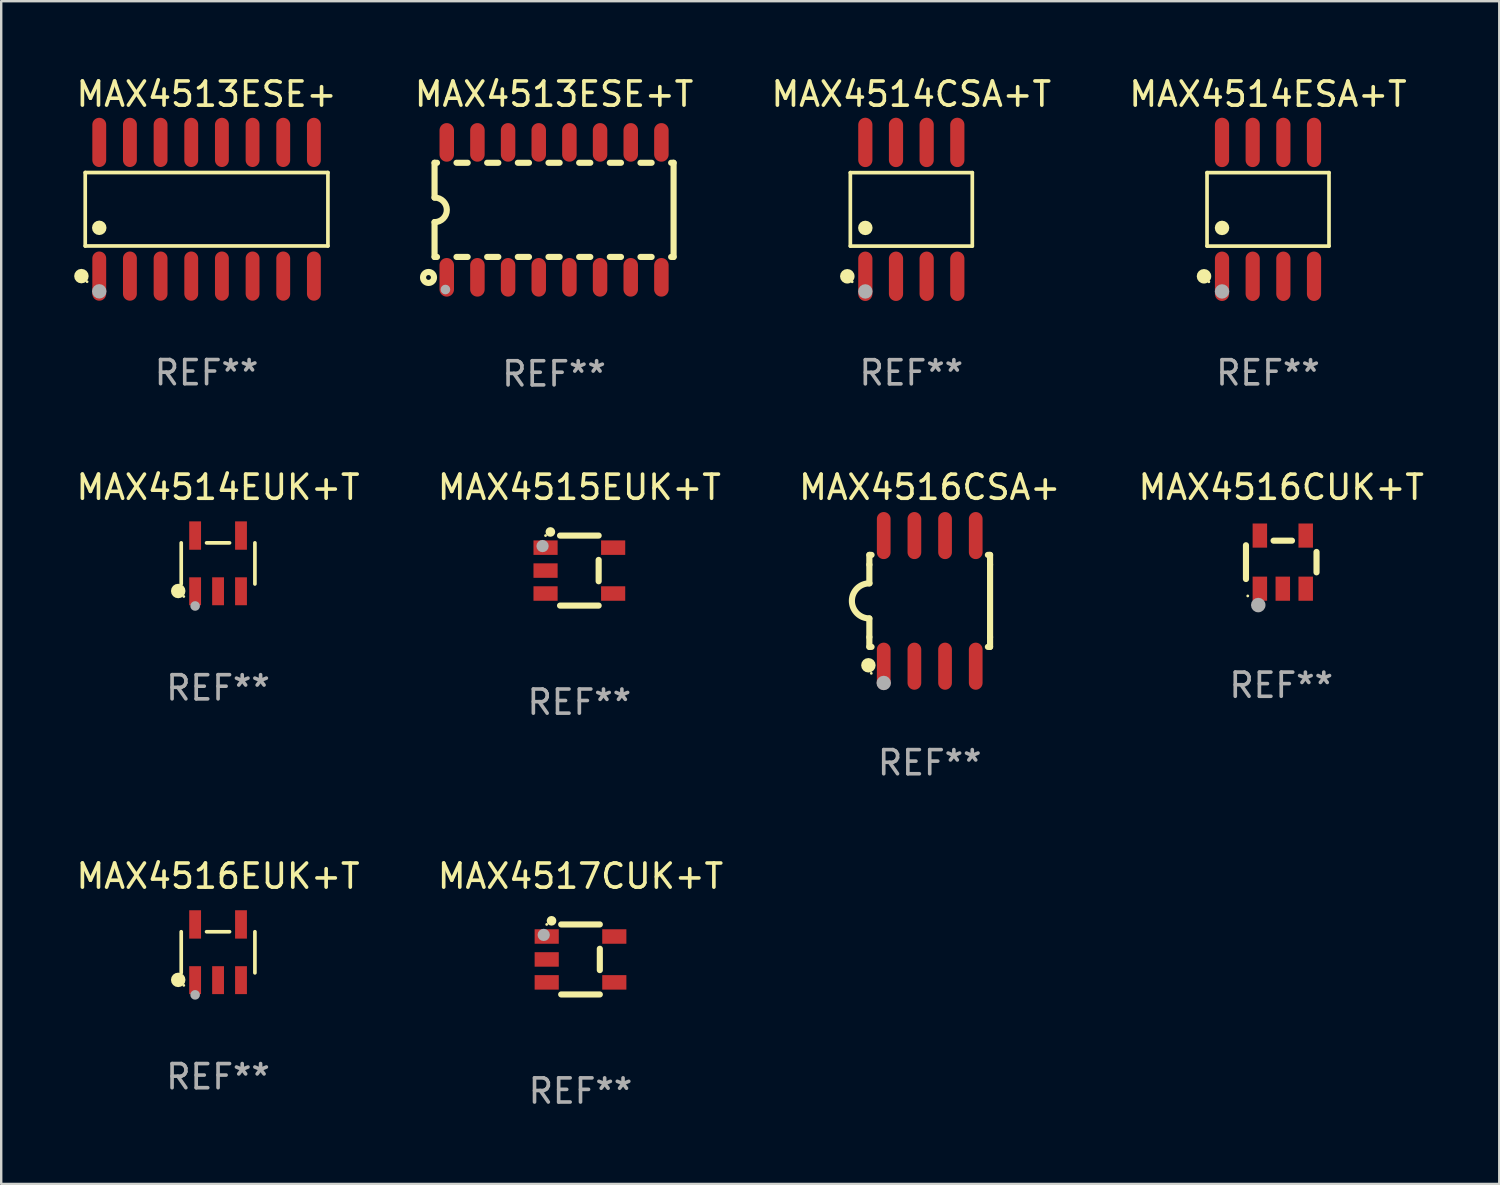
<source format=kicad_pcb>
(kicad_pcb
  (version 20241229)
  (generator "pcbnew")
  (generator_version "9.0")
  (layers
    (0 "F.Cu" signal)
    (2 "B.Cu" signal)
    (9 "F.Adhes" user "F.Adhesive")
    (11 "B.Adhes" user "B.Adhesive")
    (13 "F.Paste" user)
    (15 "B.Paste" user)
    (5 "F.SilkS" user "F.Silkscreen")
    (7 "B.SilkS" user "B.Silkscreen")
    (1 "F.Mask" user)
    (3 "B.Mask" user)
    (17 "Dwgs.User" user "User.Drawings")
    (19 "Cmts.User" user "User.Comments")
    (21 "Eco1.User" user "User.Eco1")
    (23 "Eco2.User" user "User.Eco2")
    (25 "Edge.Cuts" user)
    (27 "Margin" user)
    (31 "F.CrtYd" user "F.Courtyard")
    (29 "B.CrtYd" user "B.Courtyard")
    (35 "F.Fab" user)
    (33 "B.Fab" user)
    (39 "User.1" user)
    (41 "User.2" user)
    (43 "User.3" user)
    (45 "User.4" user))
  (footprint "MAX4514EUK+T"
    (layer "F.Cu")
    (at 5.982 20.286)
    (property "Reference" "MAX4514EUK+T" (at 0 -3.154 0) (layer "F.SilkS") (effects (font (size 1 1) (thickness 0.15))))
    (attr through_hole)
    (fp_line (start -1.526 0.851) (end -1.526 -0.851) (stroke (width 0.152) (type solid)) (layer "F.SilkS"))
    (fp_line (start 0.476 -0.851) (end -0.476 -0.851) (stroke (width 0.152) (type solid)) (layer "F.SilkS"))
    (fp_line (start 1.526 0.851) (end 1.526 -0.851) (stroke (width 0.152) (type solid)) (layer "F.SilkS"))
    (fp_circle (center -1.651 1.143) (end -1.501 1.143) (stroke (width 0.3) (type solid)) (fill no) (layer "F.SilkS"))
    (fp_circle (center -1.42 1.37) (end -1.39 1.37) (stroke (width 0.06) (type solid)) (fill no) (layer "F.SilkS"))
    (fp_circle (center -0.95 1.763) (end -0.85 1.763) (stroke (width 0.2) (type solid)) (fill no) (layer "F.Fab"))
    (fp_text user "REF**" (at 0 5.154 0) (layer "F.Fab") (effects (font (size 1 1) (thickness 0.15))))
    (pad "1" smd rect (at -0.95 1.154) (size 0.49 1.157) (layers "F.Cu" "F.Mask" "F.Paste"))
    (pad "2" smd rect (at 0 1.154) (size 0.49 1.157) (layers "F.Cu" "F.Mask" "F.Paste"))
    (pad "3" smd rect (at 0.95 1.154) (size 0.49 1.157) (layers "F.Cu" "F.Mask" "F.Paste"))
    (pad "4" smd rect (at 0.95 -1.154) (size 0.49 1.175) (layers "F.Cu" "F.Mask" "F.Paste"))
    (pad "5" smd rect (at -0.95 -1.154) (size 0.49 1.175) (layers "F.Cu" "F.Mask" "F.Paste")))
  (footprint "MAX4517CUK+T"
    (layer "F.Cu")
    (at 20.994 36.689)
    (property "Reference" "MAX4517CUK+T" (at 0 -3.45 0) (layer "F.SilkS") (effects (font (size 1 1) (thickness 0.15))))
    (attr through_hole)
    (fp_line (start 0.8 -1.45) (end -0.8 -1.45) (stroke (width 0.254) (type solid)) (layer "F.SilkS"))
    (fp_line (start 0.8 -0.442) (end 0.8 0.442) (stroke (width 0.254) (type solid)) (layer "F.SilkS"))
    (fp_line (start 0.8 1.45) (end -0.8 1.45) (stroke (width 0.254) (type solid)) (layer "F.SilkS"))
    (fp_circle (center -1.4 -1.45) (end -1.37 -1.45) (stroke (width 0.06) (type solid)) (fill no) (layer "F.SilkS"))
    (fp_circle (center -1.2 -1.6) (end -1.1 -1.6) (stroke (width 0.2) (type solid)) (fill no) (layer "F.SilkS"))
    (fp_circle (center -1.524 -1.016) (end -1.397 -1.016) (stroke (width 0.254) (type solid)) (fill no) (layer "F.Fab"))
    (fp_text user "REF**" (at 0 5.45 0) (layer "F.Fab") (effects (font (size 1 1) (thickness 0.15))))
    (pad "1" smd rect (at -1.4 -0.95 180) (size 1 0.6) (layers "F.Cu" "F.Mask" "F.Paste"))
    (pad "2" smd rect (at -1.4 0.000114 180) (size 1 0.6) (layers "F.Cu" "F.Mask" "F.Paste"))
    (pad "3" smd rect (at -1.4 0.95 180) (size 1 0.6) (layers "F.Cu" "F.Mask" "F.Paste"))
    (pad "4" smd rect (at 1.4 0.95) (size 1 0.6) (layers "F.Cu" "F.Mask" "F.Paste"))
    (pad "5" smd rect (at 1.4 -0.95) (size 1 0.6) (layers "F.Cu" "F.Mask" "F.Paste")))
  (footprint "MAX4513ESE+"
    (layer "F.Cu")
    (at 5.506 5.617)
    (property "Reference" "MAX4513ESE+" (at 0 -4.769 0) (layer "F.SilkS") (effects (font (size 1 1) (thickness 0.15))))
    (attr through_hole)
    (fp_line (start -5.026 -1.521) (end 5.026 -1.521) (stroke (width 0.152) (type solid)) (layer "F.SilkS"))
    (fp_line (start -5.026 1.521) (end -5.026 -1.521) (stroke (width 0.152) (type solid)) (layer "F.SilkS"))
    (fp_line (start 5.026 -1.521) (end 5.026 1.521) (stroke (width 0.152) (type solid)) (layer "F.SilkS"))
    (fp_line (start 5.026 1.521) (end -5.026 1.521) (stroke (width 0.152) (type solid)) (layer "F.SilkS"))
    (fp_circle (center -5.184 2.769) (end -5.034 2.769) (stroke (width 0.3) (type solid)) (fill no) (layer "F.SilkS"))
    (fp_circle (center -4.95 3) (end -4.92 3) (stroke (width 0.06) (type solid)) (fill no) (layer "F.SilkS"))
    (fp_circle (center -4.445 0.769) (end -4.295 0.769) (stroke (width 0.3) (type solid)) (fill no) (layer "F.SilkS"))
    (fp_circle (center -4.445 3.4) (end -4.295 3.4) (stroke (width 0.3) (type solid)) (fill no) (layer "F.Fab"))
    (fp_text user "REF**" (at 0 6.769 0) (layer "F.Fab") (effects (font (size 1 1) (thickness 0.15))))
    (pad "1" smd oval (at -4.445 2.769) (size 0.574 2.038) (layers "F.Cu" "F.Mask" "F.Paste"))
    (pad "2" smd oval (at -3.175 2.769) (size 0.574 2.038) (layers "F.Cu" "F.Mask" "F.Paste"))
    (pad "3" smd oval (at -1.905 2.769) (size 0.574 2.038) (layers "F.Cu" "F.Mask" "F.Paste"))
    (pad "4" smd oval (at -0.635 2.769) (size 0.574 2.038) (layers "F.Cu" "F.Mask" "F.Paste"))
    (pad "5" smd oval (at 0.635 2.769) (size 0.574 2.038) (layers "F.Cu" "F.Mask" "F.Paste"))
    (pad "6" smd oval (at 1.905 2.769) (size 0.574 2.038) (layers "F.Cu" "F.Mask" "F.Paste"))
    (pad "7" smd oval (at 3.175 2.769) (size 0.574 2.038) (layers "F.Cu" "F.Mask" "F.Paste"))
    (pad "8" smd oval (at 4.445 2.769) (size 0.574 2.038) (layers "F.Cu" "F.Mask" "F.Paste"))
    (pad "9" smd oval (at 4.445 -2.769) (size 0.574 2.038) (layers "F.Cu" "F.Mask" "F.Paste"))
    (pad "10" smd oval (at 3.175 -2.769) (size 0.574 2.038) (layers "F.Cu" "F.Mask" "F.Paste"))
    (pad "11" smd oval (at 1.905 -2.769) (size 0.574 2.038) (layers "F.Cu" "F.Mask" "F.Paste"))
    (pad "12" smd oval (at 0.635 -2.769) (size 0.574 2.038) (layers "F.Cu" "F.Mask" "F.Paste"))
    (pad "13" smd oval (at -0.635 -2.769) (size 0.574 2.038) (layers "F.Cu" "F.Mask" "F.Paste"))
    (pad "14" smd oval (at -1.905 -2.769) (size 0.574 2.038) (layers "F.Cu" "F.Mask" "F.Paste"))
    (pad "15" smd oval (at -3.175 -2.769) (size 0.574 2.038) (layers "F.Cu" "F.Mask" "F.Paste"))
    (pad "16" smd oval (at -4.445 -2.769) (size 0.574 2.038) (layers "F.Cu" "F.Mask" "F.Paste")))
  (footprint "MAX4515EUK+T"
    (layer "F.Cu")
    (at 20.946 20.583)
    (property "Reference" "MAX4515EUK+T" (at 0 -3.45 0) (layer "F.SilkS") (effects (font (size 1 1) (thickness 0.15))))
    (attr through_hole)
    (fp_line (start 0.8 -1.45) (end -0.8 -1.45) (stroke (width 0.254) (type solid)) (layer "F.SilkS"))
    (fp_line (start 0.8 -0.442) (end 0.8 0.442) (stroke (width 0.254) (type solid)) (layer "F.SilkS"))
    (fp_line (start 0.8 1.45) (end -0.8 1.45) (stroke (width 0.254) (type solid)) (layer "F.SilkS"))
    (fp_circle (center -1.4 -1.45) (end -1.37 -1.45) (stroke (width 0.06) (type solid)) (fill no) (layer "F.SilkS"))
    (fp_circle (center -1.2 -1.6) (end -1.1 -1.6) (stroke (width 0.2) (type solid)) (fill no) (layer "F.SilkS"))
    (fp_circle (center -1.524 -1.016) (end -1.397 -1.016) (stroke (width 0.254) (type solid)) (fill no) (layer "F.Fab"))
    (fp_text user "REF**" (at 0 5.45 0) (layer "F.Fab") (effects (font (size 1 1) (thickness 0.15))))
    (pad "1" smd rect (at -1.4 -0.95 180) (size 1 0.6) (layers "F.Cu" "F.Mask" "F.Paste"))
    (pad "2" smd rect (at -1.4 0.000114 180) (size 1 0.6) (layers "F.Cu" "F.Mask" "F.Paste"))
    (pad "3" smd rect (at -1.4 0.95 180) (size 1 0.6) (layers "F.Cu" "F.Mask" "F.Paste"))
    (pad "4" smd rect (at 1.4 0.95) (size 1 0.6) (layers "F.Cu" "F.Mask" "F.Paste"))
    (pad "5" smd rect (at 1.4 -0.95) (size 1 0.6) (layers "F.Cu" "F.Mask" "F.Paste")))
  (footprint "MAX4514CSA+T"
    (layer "F.Cu")
    (at 34.696 5.621)
    (property "Reference" "MAX4514CSA+T" (at 0 -4.772 0) (layer "F.SilkS") (effects (font (size 1 1) (thickness 0.15))))
    (attr through_hole)
    (fp_line (start -2.526 -1.521) (end 2.526 -1.521) (stroke (width 0.152) (type solid)) (layer "F.SilkS"))
    (fp_line (start -2.526 1.521) (end -2.526 -1.521) (stroke (width 0.152) (type solid)) (layer "F.SilkS"))
    (fp_line (start 2.526 -1.521) (end 2.526 1.521) (stroke (width 0.152) (type solid)) (layer "F.SilkS"))
    (fp_line (start 2.526 1.521) (end -2.526 1.521) (stroke (width 0.152) (type solid)) (layer "F.SilkS"))
    (fp_circle (center -2.652 2.772) (end -2.501 2.772) (stroke (width 0.3) (type solid)) (fill no) (layer "F.SilkS"))
    (fp_circle (center -2.45 3) (end -2.42 3) (stroke (width 0.06) (type solid)) (fill no) (layer "F.SilkS"))
    (fp_circle (center -1.905 0.769) (end -1.755 0.769) (stroke (width 0.3) (type solid)) (fill no) (layer "F.SilkS"))
    (fp_circle (center -1.905 3.4) (end -1.755 3.4) (stroke (width 0.3) (type solid)) (fill no) (layer "F.Fab"))
    (fp_text user "REF**" (at 0 6.772 0) (layer "F.Fab") (effects (font (size 1 1) (thickness 0.15))))
    (pad "1" smd oval (at -1.905 2.772) (size 0.588 2.045) (layers "F.Cu" "F.Mask" "F.Paste"))
    (pad "2" smd oval (at -0.635 2.772) (size 0.588 2.045) (layers "F.Cu" "F.Mask" "F.Paste"))
    (pad "3" smd oval (at 0.635 2.772) (size 0.588 2.045) (layers "F.Cu" "F.Mask" "F.Paste"))
    (pad "4" smd oval (at 1.905 2.772) (size 0.588 2.045) (layers "F.Cu" "F.Mask" "F.Paste"))
    (pad "5" smd oval (at 1.905 -2.772) (size 0.588 2.045) (layers "F.Cu" "F.Mask" "F.Paste"))
    (pad "6" smd oval (at 0.635 -2.772) (size 0.588 2.045) (layers "F.Cu" "F.Mask" "F.Paste"))
    (pad "7" smd oval (at -0.635 -2.772) (size 0.588 2.045) (layers "F.Cu" "F.Mask" "F.Paste"))
    (pad "8" smd oval (at -1.905 -2.772) (size 0.588 2.045) (layers "F.Cu" "F.Mask" "F.Paste")))
  (footprint "MAX4514ESA+T"
    (layer "F.Cu")
    (at 49.47 5.621)
    (property "Reference" "MAX4514ESA+T" (at 0 -4.772 0) (layer "F.SilkS") (effects (font (size 1 1) (thickness 0.15))))
    (attr through_hole)
    (fp_line (start -2.526 -1.521) (end 2.526 -1.521) (stroke (width 0.152) (type solid)) (layer "F.SilkS"))
    (fp_line (start -2.526 1.521) (end -2.526 -1.521) (stroke (width 0.152) (type solid)) (layer "F.SilkS"))
    (fp_line (start 2.526 -1.521) (end 2.526 1.521) (stroke (width 0.152) (type solid)) (layer "F.SilkS"))
    (fp_line (start 2.526 1.521) (end -2.526 1.521) (stroke (width 0.152) (type solid)) (layer "F.SilkS"))
    (fp_circle (center -2.652 2.772) (end -2.501 2.772) (stroke (width 0.3) (type solid)) (fill no) (layer "F.SilkS"))
    (fp_circle (center -2.45 3) (end -2.42 3) (stroke (width 0.06) (type solid)) (fill no) (layer "F.SilkS"))
    (fp_circle (center -1.905 0.769) (end -1.755 0.769) (stroke (width 0.3) (type solid)) (fill no) (layer "F.SilkS"))
    (fp_circle (center -1.905 3.4) (end -1.755 3.4) (stroke (width 0.3) (type solid)) (fill no) (layer "F.Fab"))
    (fp_text user "REF**" (at 0 6.772 0) (layer "F.Fab") (effects (font (size 1 1) (thickness 0.15))))
    (pad "1" smd oval (at -1.905 2.772) (size 0.588 2.045) (layers "F.Cu" "F.Mask" "F.Paste"))
    (pad "2" smd oval (at -0.635 2.772) (size 0.588 2.045) (layers "F.Cu" "F.Mask" "F.Paste"))
    (pad "3" smd oval (at 0.635 2.772) (size 0.588 2.045) (layers "F.Cu" "F.Mask" "F.Paste"))
    (pad "4" smd oval (at 1.905 2.772) (size 0.588 2.045) (layers "F.Cu" "F.Mask" "F.Paste"))
    (pad "5" smd oval (at 1.905 -2.772) (size 0.588 2.045) (layers "F.Cu" "F.Mask" "F.Paste"))
    (pad "6" smd oval (at 0.635 -2.772) (size 0.588 2.045) (layers "F.Cu" "F.Mask" "F.Paste"))
    (pad "7" smd oval (at -0.635 -2.772) (size 0.588 2.045) (layers "F.Cu" "F.Mask" "F.Paste"))
    (pad "8" smd oval (at -1.905 -2.772) (size 0.588 2.045) (layers "F.Cu" "F.Mask" "F.Paste")))
  (footprint "MAX4516CUK+T"
    (layer "F.Cu")
    (at 50.018 20.233)
    (property "Reference" "MAX4516CUK+T" (at 0 -3.1 0) (layer "F.SilkS") (effects (font (size 1 1) (thickness 0.15))))
    (attr through_hole)
    (fp_line (start -1.461 -0.699) (end -1.461 0.699) (stroke (width 0.254) (type solid)) (layer "F.SilkS"))
    (fp_line (start -0.318 -0.889) (end 0.445 -0.889) (stroke (width 0.254) (type solid)) (layer "F.SilkS"))
    (fp_line (start 1.461 -0.422) (end 1.461 0.422) (stroke (width 0.254) (type solid)) (layer "F.SilkS"))
    (fp_circle (center -1.387 1.4) (end -1.357 1.4) (stroke (width 0.06) (type solid)) (fill no) (layer "F.SilkS"))
    (fp_circle (center -0.953 1.778) (end -0.802 1.778) (stroke (width 0.3) (type solid)) (fill no) (layer "F.Fab"))
    (fp_text user "REF**" (at 0 5.1 0) (layer "F.Fab") (effects (font (size 1 1) (thickness 0.15))))
    (pad "1" smd rect (at -0.886 1.1) (size 0.6 1) (layers "F.Cu" "F.Mask" "F.Paste"))
    (pad "2" smd rect (at 0.064 1.1) (size 0.6 1) (layers "F.Cu" "F.Mask" "F.Paste"))
    (pad "3" smd rect (at 1.013 1.1) (size 0.6 1) (layers "F.Cu" "F.Mask" "F.Paste"))
    (pad "4" smd rect (at 1.013 -1.1) (size 0.6 1) (layers "F.Cu" "F.Mask" "F.Paste"))
    (pad "5" smd rect (at -0.886 -1.1) (size 0.6 1) (layers "F.Cu" "F.Mask" "F.Paste")))
  (footprint "MAX4516EUK+T"
    (layer "F.Cu")
    (at 5.982 36.393)
    (property "Reference" "MAX4516EUK+T" (at 0 -3.154 0) (layer "F.SilkS") (effects (font (size 1 1) (thickness 0.15))))
    (attr through_hole)
    (fp_line (start -1.526 0.851) (end -1.526 -0.851) (stroke (width 0.152) (type solid)) (layer "F.SilkS"))
    (fp_line (start 0.476 -0.851) (end -0.476 -0.851) (stroke (width 0.152) (type solid)) (layer "F.SilkS"))
    (fp_line (start 1.526 0.851) (end 1.526 -0.851) (stroke (width 0.152) (type solid)) (layer "F.SilkS"))
    (fp_circle (center -1.651 1.143) (end -1.501 1.143) (stroke (width 0.3) (type solid)) (fill no) (layer "F.SilkS"))
    (fp_circle (center -1.42 1.37) (end -1.39 1.37) (stroke (width 0.06) (type solid)) (fill no) (layer "F.SilkS"))
    (fp_circle (center -0.95 1.763) (end -0.85 1.763) (stroke (width 0.2) (type solid)) (fill no) (layer "F.Fab"))
    (fp_text user "REF**" (at 0 5.154 0) (layer "F.Fab") (effects (font (size 1 1) (thickness 0.15))))
    (pad "1" smd rect (at -0.95 1.154) (size 0.49 1.157) (layers "F.Cu" "F.Mask" "F.Paste"))
    (pad "2" smd rect (at 0 1.154) (size 0.49 1.157) (layers "F.Cu" "F.Mask" "F.Paste"))
    (pad "3" smd rect (at 0.95 1.154) (size 0.49 1.157) (layers "F.Cu" "F.Mask" "F.Paste"))
    (pad "4" smd rect (at 0.95 -1.154) (size 0.49 1.175) (layers "F.Cu" "F.Mask" "F.Paste"))
    (pad "5" smd rect (at -0.95 -1.154) (size 0.49 1.175) (layers "F.Cu" "F.Mask" "F.Paste")))
  (footprint "MAX4516CSA+"
    (layer "F.Cu")
    (at 35.458 21.838)
    (property "Reference" "MAX4516CSA+" (at 0 -4.705 0) (layer "F.SilkS") (effects (font (size 1 1) (thickness 0.15))))
    (attr through_hole)
    (fp_line (start -2.5 -1.905) (end -2.409 -1.905) (stroke (width 0.254) (type solid)) (layer "F.SilkS"))
    (fp_line (start -2.5 -1.5) (end -2.5 -1.905) (stroke (width 0.254) (type solid)) (layer "F.SilkS"))
    (fp_line (start -2.5 -1.5) (end -2.5 -0.726) (stroke (width 0.254) (type solid)) (layer "F.SilkS"))
    (fp_line (start -2.5 1.5) (end -2.5 0.727) (stroke (width 0.254) (type solid)) (layer "F.SilkS"))
    (fp_line (start -2.5 1.5) (end -2.5 1.905) (stroke (width 0.254) (type solid)) (layer "F.SilkS"))
    (fp_line (start -2.5 1.905) (end -2.409 1.905) (stroke (width 0.254) (type solid)) (layer "F.SilkS"))
    (fp_line (start 2.5 -1.905) (end 2.409 -1.905) (stroke (width 0.254) (type solid)) (layer "F.SilkS"))
    (fp_line (start 2.5 -1.5) (end 2.5 -1.905) (stroke (width 0.254) (type solid)) (layer "F.SilkS"))
    (fp_line (start 2.5 -1.5) (end 2.5 1.5) (stroke (width 0.254) (type solid)) (layer "F.SilkS"))
    (fp_line (start 2.5 1.5) (end 2.5 1.905) (stroke (width 0.254) (type solid)) (layer "F.SilkS"))
    (fp_line (start 2.5 1.905) (end 2.409 1.905) (stroke (width 0.254) (type solid)) (layer "F.SilkS"))
    (fp_arc (start -2.5 0.726568) (mid -3.220316 -0.0023) (end -2.495097 -0.726289) (stroke (width 0.254001) (type solid)) (layer "F.SilkS"))
    (fp_circle (center -2.54 2.667) (end -2.39 2.667) (stroke (width 0.3) (type solid)) (fill no) (layer "F.SilkS"))
    (fp_circle (center -2.42 3) (end -2.39 3) (stroke (width 0.06) (type solid)) (fill no) (layer "F.SilkS"))
    (fp_circle (center -1.905 3.4) (end -1.755 3.4) (stroke (width 0.3) (type solid)) (fill no) (layer "F.Fab"))
    (fp_text user "REF**" (at 0 6.705 0) (layer "F.Fab") (effects (font (size 1 1) (thickness 0.15))))
    (pad "1" smd oval (at -1.905 2.705) (size 0.568 1.95) (layers "F.Cu" "F.Mask" "F.Paste"))
    (pad "2" smd oval (at -0.635 2.705) (size 0.568 1.95) (layers "F.Cu" "F.Mask" "F.Paste"))
    (pad "3" smd oval (at 0.635 2.705) (size 0.568 1.95) (layers "F.Cu" "F.Mask" "F.Paste"))
    (pad "4" smd oval (at 1.905 2.705) (size 0.568 1.95) (layers "F.Cu" "F.Mask" "F.Paste"))
    (pad "5" smd oval (at 1.905 -2.705) (size 0.568 1.95) (layers "F.Cu" "F.Mask" "F.Paste"))
    (pad "6" smd oval (at 0.635 -2.705) (size 0.568 1.95) (layers "F.Cu" "F.Mask" "F.Paste"))
    (pad "7" smd oval (at -0.635 -2.705) (size 0.568 1.95) (layers "F.Cu" "F.Mask" "F.Paste"))
    (pad "8" smd oval (at -1.905 -2.705) (size 0.568 1.95) (layers "F.Cu" "F.Mask" "F.Paste")))
  (footprint "MAX4513ESE+T"
    (layer "F.Cu")
    (at 19.899 5.642)
    (property "Reference" "MAX4513ESE+T" (at 0 -4.794 0) (layer "F.SilkS") (effects (font (size 1 1) (thickness 0.15))))
    (attr through_hole)
    (fp_line (start -4.95 -1.95) (end -4.95 -0.508) (stroke (width 0.254) (type solid)) (layer "F.SilkS"))
    (fp_line (start -4.95 -1.95) (end -4.849 -1.95) (stroke (width 0.254) (type solid)) (layer "F.SilkS"))
    (fp_line (start -4.95 1.95) (end -4.95 0.508) (stroke (width 0.254) (type solid)) (layer "F.SilkS"))
    (fp_line (start -4.95 1.95) (end -4.849 1.95) (stroke (width 0.254) (type solid)) (layer "F.SilkS"))
    (fp_line (start -4.041 -1.95) (end -3.579 -1.95) (stroke (width 0.254) (type solid)) (layer "F.SilkS"))
    (fp_line (start -4.041 1.95) (end -3.579 1.95) (stroke (width 0.254) (type solid)) (layer "F.SilkS"))
    (fp_line (start -2.771 -1.95) (end -2.309 -1.95) (stroke (width 0.254) (type solid)) (layer "F.SilkS"))
    (fp_line (start -2.771 1.95) (end -2.309 1.95) (stroke (width 0.254) (type solid)) (layer "F.SilkS"))
    (fp_line (start -1.501 -1.95) (end -1.039 -1.95) (stroke (width 0.254) (type solid)) (layer "F.SilkS"))
    (fp_line (start -1.501 1.95) (end -1.039 1.95) (stroke (width 0.254) (type solid)) (layer "F.SilkS"))
    (fp_line (start -0.231 -1.95) (end 0.231 -1.95) (stroke (width 0.254) (type solid)) (layer "F.SilkS"))
    (fp_line (start -0.231 1.95) (end 0.231 1.95) (stroke (width 0.254) (type solid)) (layer "F.SilkS"))
    (fp_line (start 1.039 -1.95) (end 1.501 -1.95) (stroke (width 0.254) (type solid)) (layer "F.SilkS"))
    (fp_line (start 1.039 1.95) (end 1.501 1.95) (stroke (width 0.254) (type solid)) (layer "F.SilkS"))
    (fp_line (start 2.309 -1.95) (end 2.771 -1.95) (stroke (width 0.254) (type solid)) (layer "F.SilkS"))
    (fp_line (start 2.309 1.95) (end 2.771 1.95) (stroke (width 0.254) (type solid)) (layer "F.SilkS"))
    (fp_line (start 3.579 -1.95) (end 4.041 -1.95) (stroke (width 0.254) (type solid)) (layer "F.SilkS"))
    (fp_line (start 3.579 1.95) (end 4.041 1.95) (stroke (width 0.254) (type solid)) (layer "F.SilkS"))
    (fp_line (start 4.849 -1.95) (end 4.95 -1.95) (stroke (width 0.254) (type solid)) (layer "F.SilkS"))
    (fp_line (start 4.849 1.95) (end 4.95 1.95) (stroke (width 0.254) (type solid)) (layer "F.SilkS"))
    (fp_line (start 4.95 -1.95) (end 4.95 1.95) (stroke (width 0.254) (type solid)) (layer "F.SilkS"))
    (fp_arc (start -4.95047 -0.508001) (mid -4.442469 -0.000228) (end -4.950013 0.508001) (stroke (width 0.254001) (type solid)) (layer "F.SilkS"))
    (fp_circle (center -5.2 2.8) (end -5.1 2.8) (stroke (width 0.254) (type solid)) (fill no) (layer "F.SilkS"))
    (fp_circle (center -4.95 2.947) (end -4.92 2.947) (stroke (width 0.06) (type solid)) (fill no) (layer "F.SilkS"))
    (fp_circle (center -4.5 3.3) (end -4.4 3.3) (stroke (width 0.2) (type solid)) (fill no) (layer "F.Fab"))
    (fp_text user "REF**" (at 0 6.794 0) (layer "F.Fab") (effects (font (size 1 1) (thickness 0.15))))
    (pad "1" smd oval (at -4.445 2.794) (size 0.6 1.6) (layers "F.Cu" "F.Mask" "F.Paste"))
    (pad "2" smd oval (at -3.175 2.794) (size 0.6 1.6) (layers "F.Cu" "F.Mask" "F.Paste"))
    (pad "3" smd oval (at -1.905 2.794) (size 0.6 1.6) (layers "F.Cu" "F.Mask" "F.Paste"))
    (pad "4" smd oval (at -0.635 2.794) (size 0.6 1.6) (layers "F.Cu" "F.Mask" "F.Paste"))
    (pad "5" smd oval (at 0.635 2.794) (size 0.6 1.6) (layers "F.Cu" "F.Mask" "F.Paste"))
    (pad "6" smd oval (at 1.905 2.794) (size 0.6 1.6) (layers "F.Cu" "F.Mask" "F.Paste"))
    (pad "7" smd oval (at 3.175 2.794) (size 0.6 1.6) (layers "F.Cu" "F.Mask" "F.Paste"))
    (pad "8" smd oval (at 4.445 2.794) (size 0.6 1.6) (layers "F.Cu" "F.Mask" "F.Paste"))
    (pad "9" smd oval (at 4.445 -2.794) (size 0.6 1.6) (layers "F.Cu" "F.Mask" "F.Paste"))
    (pad "10" smd oval (at 3.175 -2.794) (size 0.6 1.6) (layers "F.Cu" "F.Mask" "F.Paste"))
    (pad "11" smd oval (at 1.905 -2.794) (size 0.6 1.6) (layers "F.Cu" "F.Mask" "F.Paste"))
    (pad "12" smd oval (at 0.635 -2.794) (size 0.6 1.6) (layers "F.Cu" "F.Mask" "F.Paste"))
    (pad "13" smd oval (at -0.635 -2.794) (size 0.6 1.6) (layers "F.Cu" "F.Mask" "F.Paste"))
    (pad "14" smd oval (at -1.905 -2.794) (size 0.6 1.6) (layers "F.Cu" "F.Mask" "F.Paste"))
    (pad "15" smd oval (at -3.175 -2.794) (size 0.6 1.6) (layers "F.Cu" "F.Mask" "F.Paste"))
    (pad "16" smd oval (at -4.445 -2.794) (size 0.6 1.6) (layers "F.Cu" "F.Mask" "F.Paste")))
  (gr_rect
    (start -3 -3)
    (end 59.048 45.988)
    (stroke (width 0.1) (type default))
    (fill no)
    (layer "Edge.Cuts")))
</source>
